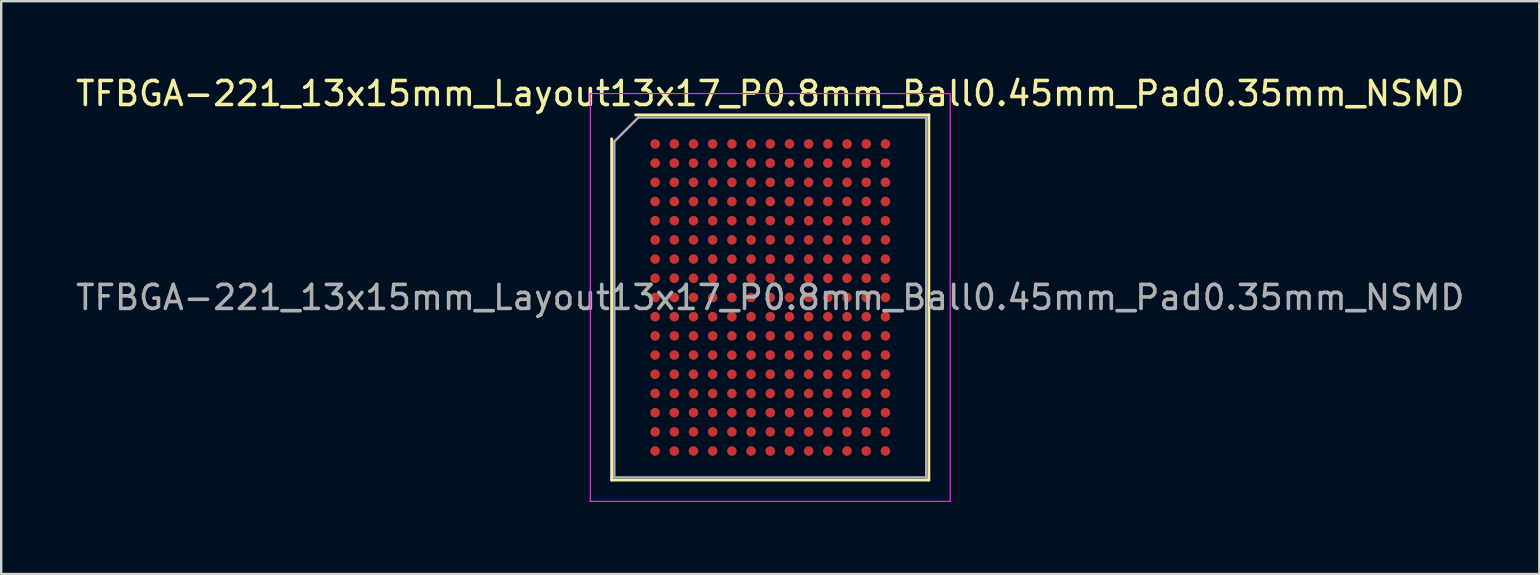
<source format=kicad_pcb>
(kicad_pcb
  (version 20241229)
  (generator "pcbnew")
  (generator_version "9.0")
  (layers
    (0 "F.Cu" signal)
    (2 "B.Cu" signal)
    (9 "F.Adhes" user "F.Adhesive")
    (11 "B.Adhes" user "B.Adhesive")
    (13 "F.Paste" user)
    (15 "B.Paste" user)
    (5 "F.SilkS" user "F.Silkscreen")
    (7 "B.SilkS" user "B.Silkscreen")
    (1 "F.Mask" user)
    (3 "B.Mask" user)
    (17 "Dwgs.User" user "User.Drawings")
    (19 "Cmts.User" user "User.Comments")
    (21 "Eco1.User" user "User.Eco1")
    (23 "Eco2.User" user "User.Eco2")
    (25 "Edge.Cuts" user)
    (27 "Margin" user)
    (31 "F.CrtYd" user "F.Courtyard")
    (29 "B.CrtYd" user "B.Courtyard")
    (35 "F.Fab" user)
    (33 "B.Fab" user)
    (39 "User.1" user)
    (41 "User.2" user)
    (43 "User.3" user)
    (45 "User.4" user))
  (footprint "TFBGA-221_13x15mm_Layout13x17_P0.8mm_Ball0.45mm_Pad0.35mm_NSMD"
    (layer "F.Cu")
    (at 29.054 9.348)
    (property "Reference" "TFBGA-221_13x15mm_Layout13x17_P0.8mm_Ball0.45mm_Pad0.35mm_NSMD" (at 0 -8.5 0) (layer "F.SilkS") (effects (font (size 1 1) (thickness 0.15))))
    (attr smd)
    (fp_line (start -6.61 7.61) (end -6.61 -6.61) (stroke (width 0.12) (type solid)) (layer "F.SilkS"))
    (fp_line (start -5.61 -7.61) (end 6.61 -7.61) (stroke (width 0.12) (type solid)) (layer "F.SilkS"))
    (fp_line (start 6.61 -7.61) (end 6.61 7.61) (stroke (width 0.12) (type solid)) (layer "F.SilkS"))
    (fp_line (start 6.61 7.61) (end -6.61 7.61) (stroke (width 0.12) (type solid)) (layer "F.SilkS"))
    (fp_line (start -7.5 -8.5) (end -7.5 8.5) (stroke (width 0.05) (type solid)) (layer "F.CrtYd"))
    (fp_line (start -7.5 8.5) (end 7.5 8.5) (stroke (width 0.05) (type solid)) (layer "F.CrtYd"))
    (fp_line (start 7.5 -8.5) (end -7.5 -8.5) (stroke (width 0.05) (type solid)) (layer "F.CrtYd"))
    (fp_line (start 7.5 8.5) (end 7.5 -8.5) (stroke (width 0.05) (type solid)) (layer "F.CrtYd"))
    (fp_line (start -6.5 -6.5) (end -5.5 -7.5) (stroke (width 0.1) (type solid)) (layer "F.Fab"))
    (fp_line (start -6.5 7.5) (end -6.5 -6.5) (stroke (width 0.1) (type solid)) (layer "F.Fab"))
    (fp_line (start -5.5 -7.5) (end 6.5 -7.5) (stroke (width 0.1) (type solid)) (layer "F.Fab"))
    (fp_line (start 6.5 -7.5) (end 6.5 7.5) (stroke (width 0.1) (type solid)) (layer "F.Fab"))
    (fp_line (start 6.5 7.5) (end -6.5 7.5) (stroke (width 0.1) (type solid)) (layer "F.Fab"))
    (fp_text user "${REFERENCE}" (at 0 0 0) (layer "F.Fab") (effects (font (size 1 1) (thickness 0.15))))
    (pad "A1" smd circle (at -4.8 -6.4) (size 0.4 0.4) (layers "F.Cu" "F.Mask" "F.Paste"))
    (pad "A2" smd circle (at -4 -6.4) (size 0.4 0.4) (layers "F.Cu" "F.Mask" "F.Paste"))
    (pad "A3" smd circle (at -3.2 -6.4) (size 0.4 0.4) (layers "F.Cu" "F.Mask" "F.Paste"))
    (pad "A4" smd circle (at -2.4 -6.4) (size 0.4 0.4) (layers "F.Cu" "F.Mask" "F.Paste"))
    (pad "A5" smd circle (at -1.6 -6.4) (size 0.4 0.4) (layers "F.Cu" "F.Mask" "F.Paste"))
    (pad "A6" smd circle (at -0.8 -6.4) (size 0.4 0.4) (layers "F.Cu" "F.Mask" "F.Paste"))
    (pad "A7" smd circle (at 0 -6.4) (size 0.4 0.4) (layers "F.Cu" "F.Mask" "F.Paste"))
    (pad "A8" smd circle (at 0.8 -6.4) (size 0.4 0.4) (layers "F.Cu" "F.Mask" "F.Paste"))
    (pad "A9" smd circle (at 1.6 -6.4) (size 0.4 0.4) (layers "F.Cu" "F.Mask" "F.Paste"))
    (pad "A10" smd circle (at 2.4 -6.4) (size 0.4 0.4) (layers "F.Cu" "F.Mask" "F.Paste"))
    (pad "A11" smd circle (at 3.2 -6.4) (size 0.4 0.4) (layers "F.Cu" "F.Mask" "F.Paste"))
    (pad "A12" smd circle (at 4 -6.4) (size 0.4 0.4) (layers "F.Cu" "F.Mask" "F.Paste"))
    (pad "A13" smd circle (at 4.8 -6.4) (size 0.4 0.4) (layers "F.Cu" "F.Mask" "F.Paste"))
    (pad "B1" smd circle (at -4.8 -5.6) (size 0.4 0.4) (layers "F.Cu" "F.Mask" "F.Paste"))
    (pad "B2" smd circle (at -4 -5.6) (size 0.4 0.4) (layers "F.Cu" "F.Mask" "F.Paste"))
    (pad "B3" smd circle (at -3.2 -5.6) (size 0.4 0.4) (layers "F.Cu" "F.Mask" "F.Paste"))
    (pad "B4" smd circle (at -2.4 -5.6) (size 0.4 0.4) (layers "F.Cu" "F.Mask" "F.Paste"))
    (pad "B5" smd circle (at -1.6 -5.6) (size 0.4 0.4) (layers "F.Cu" "F.Mask" "F.Paste"))
    (pad "B6" smd circle (at -0.8 -5.6) (size 0.4 0.4) (layers "F.Cu" "F.Mask" "F.Paste"))
    (pad "B7" smd circle (at 0 -5.6) (size 0.4 0.4) (layers "F.Cu" "F.Mask" "F.Paste"))
    (pad "B8" smd circle (at 0.8 -5.6) (size 0.4 0.4) (layers "F.Cu" "F.Mask" "F.Paste"))
    (pad "B9" smd circle (at 1.6 -5.6) (size 0.4 0.4) (layers "F.Cu" "F.Mask" "F.Paste"))
    (pad "B10" smd circle (at 2.4 -5.6) (size 0.4 0.4) (layers "F.Cu" "F.Mask" "F.Paste"))
    (pad "B11" smd circle (at 3.2 -5.6) (size 0.4 0.4) (layers "F.Cu" "F.Mask" "F.Paste"))
    (pad "B12" smd circle (at 4 -5.6) (size 0.4 0.4) (layers "F.Cu" "F.Mask" "F.Paste"))
    (pad "B13" smd circle (at 4.8 -5.6) (size 0.4 0.4) (layers "F.Cu" "F.Mask" "F.Paste"))
    (pad "C1" smd circle (at -4.8 -4.8) (size 0.4 0.4) (layers "F.Cu" "F.Mask" "F.Paste"))
    (pad "C2" smd circle (at -4 -4.8) (size 0.4 0.4) (layers "F.Cu" "F.Mask" "F.Paste"))
    (pad "C3" smd circle (at -3.2 -4.8) (size 0.4 0.4) (layers "F.Cu" "F.Mask" "F.Paste"))
    (pad "C4" smd circle (at -2.4 -4.8) (size 0.4 0.4) (layers "F.Cu" "F.Mask" "F.Paste"))
    (pad "C5" smd circle (at -1.6 -4.8) (size 0.4 0.4) (layers "F.Cu" "F.Mask" "F.Paste"))
    (pad "C6" smd circle (at -0.8 -4.8) (size 0.4 0.4) (layers "F.Cu" "F.Mask" "F.Paste"))
    (pad "C7" smd circle (at 0 -4.8) (size 0.4 0.4) (layers "F.Cu" "F.Mask" "F.Paste"))
    (pad "C8" smd circle (at 0.8 -4.8) (size 0.4 0.4) (layers "F.Cu" "F.Mask" "F.Paste"))
    (pad "C9" smd circle (at 1.6 -4.8) (size 0.4 0.4) (layers "F.Cu" "F.Mask" "F.Paste"))
    (pad "C10" smd circle (at 2.4 -4.8) (size 0.4 0.4) (layers "F.Cu" "F.Mask" "F.Paste"))
    (pad "C11" smd circle (at 3.2 -4.8) (size 0.4 0.4) (layers "F.Cu" "F.Mask" "F.Paste"))
    (pad "C12" smd circle (at 4 -4.8) (size 0.4 0.4) (layers "F.Cu" "F.Mask" "F.Paste"))
    (pad "C13" smd circle (at 4.8 -4.8) (size 0.4 0.4) (layers "F.Cu" "F.Mask" "F.Paste"))
    (pad "D1" smd circle (at -4.8 -4) (size 0.4 0.4) (layers "F.Cu" "F.Mask" "F.Paste"))
    (pad "D2" smd circle (at -4 -4) (size 0.4 0.4) (layers "F.Cu" "F.Mask" "F.Paste"))
    (pad "D3" smd circle (at -3.2 -4) (size 0.4 0.4) (layers "F.Cu" "F.Mask" "F.Paste"))
    (pad "D4" smd circle (at -2.4 -4) (size 0.4 0.4) (layers "F.Cu" "F.Mask" "F.Paste"))
    (pad "D5" smd circle (at -1.6 -4) (size 0.4 0.4) (layers "F.Cu" "F.Mask" "F.Paste"))
    (pad "D6" smd circle (at -0.8 -4) (size 0.4 0.4) (layers "F.Cu" "F.Mask" "F.Paste"))
    (pad "D7" smd circle (at 0 -4) (size 0.4 0.4) (layers "F.Cu" "F.Mask" "F.Paste"))
    (pad "D8" smd circle (at 0.8 -4) (size 0.4 0.4) (layers "F.Cu" "F.Mask" "F.Paste"))
    (pad "D9" smd circle (at 1.6 -4) (size 0.4 0.4) (layers "F.Cu" "F.Mask" "F.Paste"))
    (pad "D10" smd circle (at 2.4 -4) (size 0.4 0.4) (layers "F.Cu" "F.Mask" "F.Paste"))
    (pad "D11" smd circle (at 3.2 -4) (size 0.4 0.4) (layers "F.Cu" "F.Mask" "F.Paste"))
    (pad "D12" smd circle (at 4 -4) (size 0.4 0.4) (layers "F.Cu" "F.Mask" "F.Paste"))
    (pad "D13" smd circle (at 4.8 -4) (size 0.4 0.4) (layers "F.Cu" "F.Mask" "F.Paste"))
    (pad "E1" smd circle (at -4.8 -3.2) (size 0.4 0.4) (layers "F.Cu" "F.Mask" "F.Paste"))
    (pad "E2" smd circle (at -4 -3.2) (size 0.4 0.4) (layers "F.Cu" "F.Mask" "F.Paste"))
    (pad "E3" smd circle (at -3.2 -3.2) (size 0.4 0.4) (layers "F.Cu" "F.Mask" "F.Paste"))
    (pad "E4" smd circle (at -2.4 -3.2) (size 0.4 0.4) (layers "F.Cu" "F.Mask" "F.Paste"))
    (pad "E5" smd circle (at -1.6 -3.2) (size 0.4 0.4) (layers "F.Cu" "F.Mask" "F.Paste"))
    (pad "E6" smd circle (at -0.8 -3.2) (size 0.4 0.4) (layers "F.Cu" "F.Mask" "F.Paste"))
    (pad "E7" smd circle (at 0 -3.2) (size 0.4 0.4) (layers "F.Cu" "F.Mask" "F.Paste"))
    (pad "E8" smd circle (at 0.8 -3.2) (size 0.4 0.4) (layers "F.Cu" "F.Mask" "F.Paste"))
    (pad "E9" smd circle (at 1.6 -3.2) (size 0.4 0.4) (layers "F.Cu" "F.Mask" "F.Paste"))
    (pad "E10" smd circle (at 2.4 -3.2) (size 0.4 0.4) (layers "F.Cu" "F.Mask" "F.Paste"))
    (pad "E11" smd circle (at 3.2 -3.2) (size 0.4 0.4) (layers "F.Cu" "F.Mask" "F.Paste"))
    (pad "E12" smd circle (at 4 -3.2) (size 0.4 0.4) (layers "F.Cu" "F.Mask" "F.Paste"))
    (pad "E13" smd circle (at 4.8 -3.2) (size 0.4 0.4) (layers "F.Cu" "F.Mask" "F.Paste"))
    (pad "F1" smd circle (at -4.8 -2.4) (size 0.4 0.4) (layers "F.Cu" "F.Mask" "F.Paste"))
    (pad "F2" smd circle (at -4 -2.4) (size 0.4 0.4) (layers "F.Cu" "F.Mask" "F.Paste"))
    (pad "F3" smd circle (at -3.2 -2.4) (size 0.4 0.4) (layers "F.Cu" "F.Mask" "F.Paste"))
    (pad "F4" smd circle (at -2.4 -2.4) (size 0.4 0.4) (layers "F.Cu" "F.Mask" "F.Paste"))
    (pad "F5" smd circle (at -1.6 -2.4) (size 0.4 0.4) (layers "F.Cu" "F.Mask" "F.Paste"))
    (pad "F6" smd circle (at -0.8 -2.4) (size 0.4 0.4) (layers "F.Cu" "F.Mask" "F.Paste"))
    (pad "F7" smd circle (at 0 -2.4) (size 0.4 0.4) (layers "F.Cu" "F.Mask" "F.Paste"))
    (pad "F8" smd circle (at 0.8 -2.4) (size 0.4 0.4) (layers "F.Cu" "F.Mask" "F.Paste"))
    (pad "F9" smd circle (at 1.6 -2.4) (size 0.4 0.4) (layers "F.Cu" "F.Mask" "F.Paste"))
    (pad "F10" smd circle (at 2.4 -2.4) (size 0.4 0.4) (layers "F.Cu" "F.Mask" "F.Paste"))
    (pad "F11" smd circle (at 3.2 -2.4) (size 0.4 0.4) (layers "F.Cu" "F.Mask" "F.Paste"))
    (pad "F12" smd circle (at 4 -2.4) (size 0.4 0.4) (layers "F.Cu" "F.Mask" "F.Paste"))
    (pad "F13" smd circle (at 4.8 -2.4) (size 0.4 0.4) (layers "F.Cu" "F.Mask" "F.Paste"))
    (pad "G1" smd circle (at -4.8 -1.6) (size 0.4 0.4) (layers "F.Cu" "F.Mask" "F.Paste"))
    (pad "G2" smd circle (at -4 -1.6) (size 0.4 0.4) (layers "F.Cu" "F.Mask" "F.Paste"))
    (pad "G3" smd circle (at -3.2 -1.6) (size 0.4 0.4) (layers "F.Cu" "F.Mask" "F.Paste"))
    (pad "G4" smd circle (at -2.4 -1.6) (size 0.4 0.4) (layers "F.Cu" "F.Mask" "F.Paste"))
    (pad "G5" smd circle (at -1.6 -1.6) (size 0.4 0.4) (layers "F.Cu" "F.Mask" "F.Paste"))
    (pad "G6" smd circle (at -0.8 -1.6) (size 0.4 0.4) (layers "F.Cu" "F.Mask" "F.Paste"))
    (pad "G7" smd circle (at 0 -1.6) (size 0.4 0.4) (layers "F.Cu" "F.Mask" "F.Paste"))
    (pad "G8" smd circle (at 0.8 -1.6) (size 0.4 0.4) (layers "F.Cu" "F.Mask" "F.Paste"))
    (pad "G9" smd circle (at 1.6 -1.6) (size 0.4 0.4) (layers "F.Cu" "F.Mask" "F.Paste"))
    (pad "G10" smd circle (at 2.4 -1.6) (size 0.4 0.4) (layers "F.Cu" "F.Mask" "F.Paste"))
    (pad "G11" smd circle (at 3.2 -1.6) (size 0.4 0.4) (layers "F.Cu" "F.Mask" "F.Paste"))
    (pad "G12" smd circle (at 4 -1.6) (size 0.4 0.4) (layers "F.Cu" "F.Mask" "F.Paste"))
    (pad "G13" smd circle (at 4.8 -1.6) (size 0.4 0.4) (layers "F.Cu" "F.Mask" "F.Paste"))
    (pad "H1" smd circle (at -4.8 -0.8) (size 0.4 0.4) (layers "F.Cu" "F.Mask" "F.Paste"))
    (pad "H2" smd circle (at -4 -0.8) (size 0.4 0.4) (layers "F.Cu" "F.Mask" "F.Paste"))
    (pad "H3" smd circle (at -3.2 -0.8) (size 0.4 0.4) (layers "F.Cu" "F.Mask" "F.Paste"))
    (pad "H4" smd circle (at -2.4 -0.8) (size 0.4 0.4) (layers "F.Cu" "F.Mask" "F.Paste"))
    (pad "H5" smd circle (at -1.6 -0.8) (size 0.4 0.4) (layers "F.Cu" "F.Mask" "F.Paste"))
    (pad "H6" smd circle (at -0.8 -0.8) (size 0.4 0.4) (layers "F.Cu" "F.Mask" "F.Paste"))
    (pad "H7" smd circle (at 0 -0.8) (size 0.4 0.4) (layers "F.Cu" "F.Mask" "F.Paste"))
    (pad "H8" smd circle (at 0.8 -0.8) (size 0.4 0.4) (layers "F.Cu" "F.Mask" "F.Paste"))
    (pad "H9" smd circle (at 1.6 -0.8) (size 0.4 0.4) (layers "F.Cu" "F.Mask" "F.Paste"))
    (pad "H10" smd circle (at 2.4 -0.8) (size 0.4 0.4) (layers "F.Cu" "F.Mask" "F.Paste"))
    (pad "H11" smd circle (at 3.2 -0.8) (size 0.4 0.4) (layers "F.Cu" "F.Mask" "F.Paste"))
    (pad "H12" smd circle (at 4 -0.8) (size 0.4 0.4) (layers "F.Cu" "F.Mask" "F.Paste"))
    (pad "H13" smd circle (at 4.8 -0.8) (size 0.4 0.4) (layers "F.Cu" "F.Mask" "F.Paste"))
    (pad "J1" smd circle (at -4.8 0) (size 0.4 0.4) (layers "F.Cu" "F.Mask" "F.Paste"))
    (pad "J2" smd circle (at -4 0) (size 0.4 0.4) (layers "F.Cu" "F.Mask" "F.Paste"))
    (pad "J3" smd circle (at -3.2 0) (size 0.4 0.4) (layers "F.Cu" "F.Mask" "F.Paste"))
    (pad "J4" smd circle (at -2.4 0) (size 0.4 0.4) (layers "F.Cu" "F.Mask" "F.Paste"))
    (pad "J5" smd circle (at -1.6 0) (size 0.4 0.4) (layers "F.Cu" "F.Mask" "F.Paste"))
    (pad "J6" smd circle (at -0.8 0) (size 0.4 0.4) (layers "F.Cu" "F.Mask" "F.Paste"))
    (pad "J7" smd circle (at 0 0) (size 0.4 0.4) (layers "F.Cu" "F.Mask" "F.Paste"))
    (pad "J8" smd circle (at 0.8 0) (size 0.4 0.4) (layers "F.Cu" "F.Mask" "F.Paste"))
    (pad "J9" smd circle (at 1.6 0) (size 0.4 0.4) (layers "F.Cu" "F.Mask" "F.Paste"))
    (pad "J10" smd circle (at 2.4 0) (size 0.4 0.4) (layers "F.Cu" "F.Mask" "F.Paste"))
    (pad "J11" smd circle (at 3.2 0) (size 0.4 0.4) (layers "F.Cu" "F.Mask" "F.Paste"))
    (pad "J12" smd circle (at 4 0) (size 0.4 0.4) (layers "F.Cu" "F.Mask" "F.Paste"))
    (pad "J13" smd circle (at 4.8 0) (size 0.4 0.4) (layers "F.Cu" "F.Mask" "F.Paste"))
    (pad "K1" smd circle (at -4.8 0.8) (size 0.4 0.4) (layers "F.Cu" "F.Mask" "F.Paste"))
    (pad "K2" smd circle (at -4 0.8) (size 0.4 0.4) (layers "F.Cu" "F.Mask" "F.Paste"))
    (pad "K3" smd circle (at -3.2 0.8) (size 0.4 0.4) (layers "F.Cu" "F.Mask" "F.Paste"))
    (pad "K4" smd circle (at -2.4 0.8) (size 0.4 0.4) (layers "F.Cu" "F.Mask" "F.Paste"))
    (pad "K5" smd circle (at -1.6 0.8) (size 0.4 0.4) (layers "F.Cu" "F.Mask" "F.Paste"))
    (pad "K6" smd circle (at -0.8 0.8) (size 0.4 0.4) (layers "F.Cu" "F.Mask" "F.Paste"))
    (pad "K7" smd circle (at 0 0.8) (size 0.4 0.4) (layers "F.Cu" "F.Mask" "F.Paste"))
    (pad "K8" smd circle (at 0.8 0.8) (size 0.4 0.4) (layers "F.Cu" "F.Mask" "F.Paste"))
    (pad "K9" smd circle (at 1.6 0.8) (size 0.4 0.4) (layers "F.Cu" "F.Mask" "F.Paste"))
    (pad "K10" smd circle (at 2.4 0.8) (size 0.4 0.4) (layers "F.Cu" "F.Mask" "F.Paste"))
    (pad "K11" smd circle (at 3.2 0.8) (size 0.4 0.4) (layers "F.Cu" "F.Mask" "F.Paste"))
    (pad "K12" smd circle (at 4 0.8) (size 0.4 0.4) (layers "F.Cu" "F.Mask" "F.Paste"))
    (pad "K13" smd circle (at 4.8 0.8) (size 0.4 0.4) (layers "F.Cu" "F.Mask" "F.Paste"))
    (pad "L1" smd circle (at -4.8 1.6) (size 0.4 0.4) (layers "F.Cu" "F.Mask" "F.Paste"))
    (pad "L2" smd circle (at -4 1.6) (size 0.4 0.4) (layers "F.Cu" "F.Mask" "F.Paste"))
    (pad "L3" smd circle (at -3.2 1.6) (size 0.4 0.4) (layers "F.Cu" "F.Mask" "F.Paste"))
    (pad "L4" smd circle (at -2.4 1.6) (size 0.4 0.4) (layers "F.Cu" "F.Mask" "F.Paste"))
    (pad "L5" smd circle (at -1.6 1.6) (size 0.4 0.4) (layers "F.Cu" "F.Mask" "F.Paste"))
    (pad "L6" smd circle (at -0.8 1.6) (size 0.4 0.4) (layers "F.Cu" "F.Mask" "F.Paste"))
    (pad "L7" smd circle (at 0 1.6) (size 0.4 0.4) (layers "F.Cu" "F.Mask" "F.Paste"))
    (pad "L8" smd circle (at 0.8 1.6) (size 0.4 0.4) (layers "F.Cu" "F.Mask" "F.Paste"))
    (pad "L9" smd circle (at 1.6 1.6) (size 0.4 0.4) (layers "F.Cu" "F.Mask" "F.Paste"))
    (pad "L10" smd circle (at 2.4 1.6) (size 0.4 0.4) (layers "F.Cu" "F.Mask" "F.Paste"))
    (pad "L11" smd circle (at 3.2 1.6) (size 0.4 0.4) (layers "F.Cu" "F.Mask" "F.Paste"))
    (pad "L12" smd circle (at 4 1.6) (size 0.4 0.4) (layers "F.Cu" "F.Mask" "F.Paste"))
    (pad "L13" smd circle (at 4.8 1.6) (size 0.4 0.4) (layers "F.Cu" "F.Mask" "F.Paste"))
    (pad "M1" smd circle (at -4.8 2.4) (size 0.4 0.4) (layers "F.Cu" "F.Mask" "F.Paste"))
    (pad "M2" smd circle (at -4 2.4) (size 0.4 0.4) (layers "F.Cu" "F.Mask" "F.Paste"))
    (pad "M3" smd circle (at -3.2 2.4) (size 0.4 0.4) (layers "F.Cu" "F.Mask" "F.Paste"))
    (pad "M4" smd circle (at -2.4 2.4) (size 0.4 0.4) (layers "F.Cu" "F.Mask" "F.Paste"))
    (pad "M5" smd circle (at -1.6 2.4) (size 0.4 0.4) (layers "F.Cu" "F.Mask" "F.Paste"))
    (pad "M6" smd circle (at -0.8 2.4) (size 0.4 0.4) (layers "F.Cu" "F.Mask" "F.Paste"))
    (pad "M7" smd circle (at 0 2.4) (size 0.4 0.4) (layers "F.Cu" "F.Mask" "F.Paste"))
    (pad "M8" smd circle (at 0.8 2.4) (size 0.4 0.4) (layers "F.Cu" "F.Mask" "F.Paste"))
    (pad "M9" smd circle (at 1.6 2.4) (size 0.4 0.4) (layers "F.Cu" "F.Mask" "F.Paste"))
    (pad "M10" smd circle (at 2.4 2.4) (size 0.4 0.4) (layers "F.Cu" "F.Mask" "F.Paste"))
    (pad "M11" smd circle (at 3.2 2.4) (size 0.4 0.4) (layers "F.Cu" "F.Mask" "F.Paste"))
    (pad "M12" smd circle (at 4 2.4) (size 0.4 0.4) (layers "F.Cu" "F.Mask" "F.Paste"))
    (pad "M13" smd circle (at 4.8 2.4) (size 0.4 0.4) (layers "F.Cu" "F.Mask" "F.Paste"))
    (pad "N1" smd circle (at -4.8 3.2) (size 0.4 0.4) (layers "F.Cu" "F.Mask" "F.Paste"))
    (pad "N2" smd circle (at -4 3.2) (size 0.4 0.4) (layers "F.Cu" "F.Mask" "F.Paste"))
    (pad "N3" smd circle (at -3.2 3.2) (size 0.4 0.4) (layers "F.Cu" "F.Mask" "F.Paste"))
    (pad "N4" smd circle (at -2.4 3.2) (size 0.4 0.4) (layers "F.Cu" "F.Mask" "F.Paste"))
    (pad "N5" smd circle (at -1.6 3.2) (size 0.4 0.4) (layers "F.Cu" "F.Mask" "F.Paste"))
    (pad "N6" smd circle (at -0.8 3.2) (size 0.4 0.4) (layers "F.Cu" "F.Mask" "F.Paste"))
    (pad "N7" smd circle (at 0 3.2) (size 0.4 0.4) (layers "F.Cu" "F.Mask" "F.Paste"))
    (pad "N8" smd circle (at 0.8 3.2) (size 0.4 0.4) (layers "F.Cu" "F.Mask" "F.Paste"))
    (pad "N9" smd circle (at 1.6 3.2) (size 0.4 0.4) (layers "F.Cu" "F.Mask" "F.Paste"))
    (pad "N10" smd circle (at 2.4 3.2) (size 0.4 0.4) (layers "F.Cu" "F.Mask" "F.Paste"))
    (pad "N11" smd circle (at 3.2 3.2) (size 0.4 0.4) (layers "F.Cu" "F.Mask" "F.Paste"))
    (pad "N12" smd circle (at 4 3.2) (size 0.4 0.4) (layers "F.Cu" "F.Mask" "F.Paste"))
    (pad "N13" smd circle (at 4.8 3.2) (size 0.4 0.4) (layers "F.Cu" "F.Mask" "F.Paste"))
    (pad "P1" smd circle (at -4.8 4) (size 0.4 0.4) (layers "F.Cu" "F.Mask" "F.Paste"))
    (pad "P2" smd circle (at -4 4) (size 0.4 0.4) (layers "F.Cu" "F.Mask" "F.Paste"))
    (pad "P3" smd circle (at -3.2 4) (size 0.4 0.4) (layers "F.Cu" "F.Mask" "F.Paste"))
    (pad "P4" smd circle (at -2.4 4) (size 0.4 0.4) (layers "F.Cu" "F.Mask" "F.Paste"))
    (pad "P5" smd circle (at -1.6 4) (size 0.4 0.4) (layers "F.Cu" "F.Mask" "F.Paste"))
    (pad "P6" smd circle (at -0.8 4) (size 0.4 0.4) (layers "F.Cu" "F.Mask" "F.Paste"))
    (pad "P7" smd circle (at 0 4) (size 0.4 0.4) (layers "F.Cu" "F.Mask" "F.Paste"))
    (pad "P8" smd circle (at 0.8 4) (size 0.4 0.4) (layers "F.Cu" "F.Mask" "F.Paste"))
    (pad "P9" smd circle (at 1.6 4) (size 0.4 0.4) (layers "F.Cu" "F.Mask" "F.Paste"))
    (pad "P10" smd circle (at 2.4 4) (size 0.4 0.4) (layers "F.Cu" "F.Mask" "F.Paste"))
    (pad "P11" smd circle (at 3.2 4) (size 0.4 0.4) (layers "F.Cu" "F.Mask" "F.Paste"))
    (pad "P12" smd circle (at 4 4) (size 0.4 0.4) (layers "F.Cu" "F.Mask" "F.Paste"))
    (pad "P13" smd circle (at 4.8 4) (size 0.4 0.4) (layers "F.Cu" "F.Mask" "F.Paste"))
    (pad "R1" smd circle (at -4.8 4.8) (size 0.4 0.4) (layers "F.Cu" "F.Mask" "F.Paste"))
    (pad "R2" smd circle (at -4 4.8) (size 0.4 0.4) (layers "F.Cu" "F.Mask" "F.Paste"))
    (pad "R3" smd circle (at -3.2 4.8) (size 0.4 0.4) (layers "F.Cu" "F.Mask" "F.Paste"))
    (pad "R4" smd circle (at -2.4 4.8) (size 0.4 0.4) (layers "F.Cu" "F.Mask" "F.Paste"))
    (pad "R5" smd circle (at -1.6 4.8) (size 0.4 0.4) (layers "F.Cu" "F.Mask" "F.Paste"))
    (pad "R6" smd circle (at -0.8 4.8) (size 0.4 0.4) (layers "F.Cu" "F.Mask" "F.Paste"))
    (pad "R7" smd circle (at 0 4.8) (size 0.4 0.4) (layers "F.Cu" "F.Mask" "F.Paste"))
    (pad "R8" smd circle (at 0.8 4.8) (size 0.4 0.4) (layers "F.Cu" "F.Mask" "F.Paste"))
    (pad "R9" smd circle (at 1.6 4.8) (size 0.4 0.4) (layers "F.Cu" "F.Mask" "F.Paste"))
    (pad "R10" smd circle (at 2.4 4.8) (size 0.4 0.4) (layers "F.Cu" "F.Mask" "F.Paste"))
    (pad "R11" smd circle (at 3.2 4.8) (size 0.4 0.4) (layers "F.Cu" "F.Mask" "F.Paste"))
    (pad "R12" smd circle (at 4 4.8) (size 0.4 0.4) (layers "F.Cu" "F.Mask" "F.Paste"))
    (pad "R13" smd circle (at 4.8 4.8) (size 0.4 0.4) (layers "F.Cu" "F.Mask" "F.Paste"))
    (pad "T1" smd circle (at -4.8 5.6) (size 0.4 0.4) (layers "F.Cu" "F.Mask" "F.Paste"))
    (pad "T2" smd circle (at -4 5.6) (size 0.4 0.4) (layers "F.Cu" "F.Mask" "F.Paste"))
    (pad "T3" smd circle (at -3.2 5.6) (size 0.4 0.4) (layers "F.Cu" "F.Mask" "F.Paste"))
    (pad "T4" smd circle (at -2.4 5.6) (size 0.4 0.4) (layers "F.Cu" "F.Mask" "F.Paste"))
    (pad "T5" smd circle (at -1.6 5.6) (size 0.4 0.4) (layers "F.Cu" "F.Mask" "F.Paste"))
    (pad "T6" smd circle (at -0.8 5.6) (size 0.4 0.4) (layers "F.Cu" "F.Mask" "F.Paste"))
    (pad "T7" smd circle (at 0 5.6) (size 0.4 0.4) (layers "F.Cu" "F.Mask" "F.Paste"))
    (pad "T8" smd circle (at 0.8 5.6) (size 0.4 0.4) (layers "F.Cu" "F.Mask" "F.Paste"))
    (pad "T9" smd circle (at 1.6 5.6) (size 0.4 0.4) (layers "F.Cu" "F.Mask" "F.Paste"))
    (pad "T10" smd circle (at 2.4 5.6) (size 0.4 0.4) (layers "F.Cu" "F.Mask" "F.Paste"))
    (pad "T11" smd circle (at 3.2 5.6) (size 0.4 0.4) (layers "F.Cu" "F.Mask" "F.Paste"))
    (pad "T12" smd circle (at 4 5.6) (size 0.4 0.4) (layers "F.Cu" "F.Mask" "F.Paste"))
    (pad "T13" smd circle (at 4.8 5.6) (size 0.4 0.4) (layers "F.Cu" "F.Mask" "F.Paste"))
    (pad "U1" smd circle (at -4.8 6.4) (size 0.4 0.4) (layers "F.Cu" "F.Mask" "F.Paste"))
    (pad "U2" smd circle (at -4 6.4) (size 0.4 0.4) (layers "F.Cu" "F.Mask" "F.Paste"))
    (pad "U3" smd circle (at -3.2 6.4) (size 0.4 0.4) (layers "F.Cu" "F.Mask" "F.Paste"))
    (pad "U4" smd circle (at -2.4 6.4) (size 0.4 0.4) (layers "F.Cu" "F.Mask" "F.Paste"))
    (pad "U5" smd circle (at -1.6 6.4) (size 0.4 0.4) (layers "F.Cu" "F.Mask" "F.Paste"))
    (pad "U6" smd circle (at -0.8 6.4) (size 0.4 0.4) (layers "F.Cu" "F.Mask" "F.Paste"))
    (pad "U7" smd circle (at 0 6.4) (size 0.4 0.4) (layers "F.Cu" "F.Mask" "F.Paste"))
    (pad "U8" smd circle (at 0.8 6.4) (size 0.4 0.4) (layers "F.Cu" "F.Mask" "F.Paste"))
    (pad "U9" smd circle (at 1.6 6.4) (size 0.4 0.4) (layers "F.Cu" "F.Mask" "F.Paste"))
    (pad "U10" smd circle (at 2.4 6.4) (size 0.4 0.4) (layers "F.Cu" "F.Mask" "F.Paste"))
    (pad "U11" smd circle (at 3.2 6.4) (size 0.4 0.4) (layers "F.Cu" "F.Mask" "F.Paste"))
    (pad "U12" smd circle (at 4 6.4) (size 0.4 0.4) (layers "F.Cu" "F.Mask" "F.Paste"))
    (pad "U13" smd circle (at 4.8 6.4) (size 0.4 0.4) (layers "F.Cu" "F.Mask" "F.Paste")))
  (gr_rect
    (start -3 -3)
    (end 61.107 20.873)
    (stroke (width 0.1) (type default))
    (fill no)
    (layer "Edge.Cuts")))
</source>
